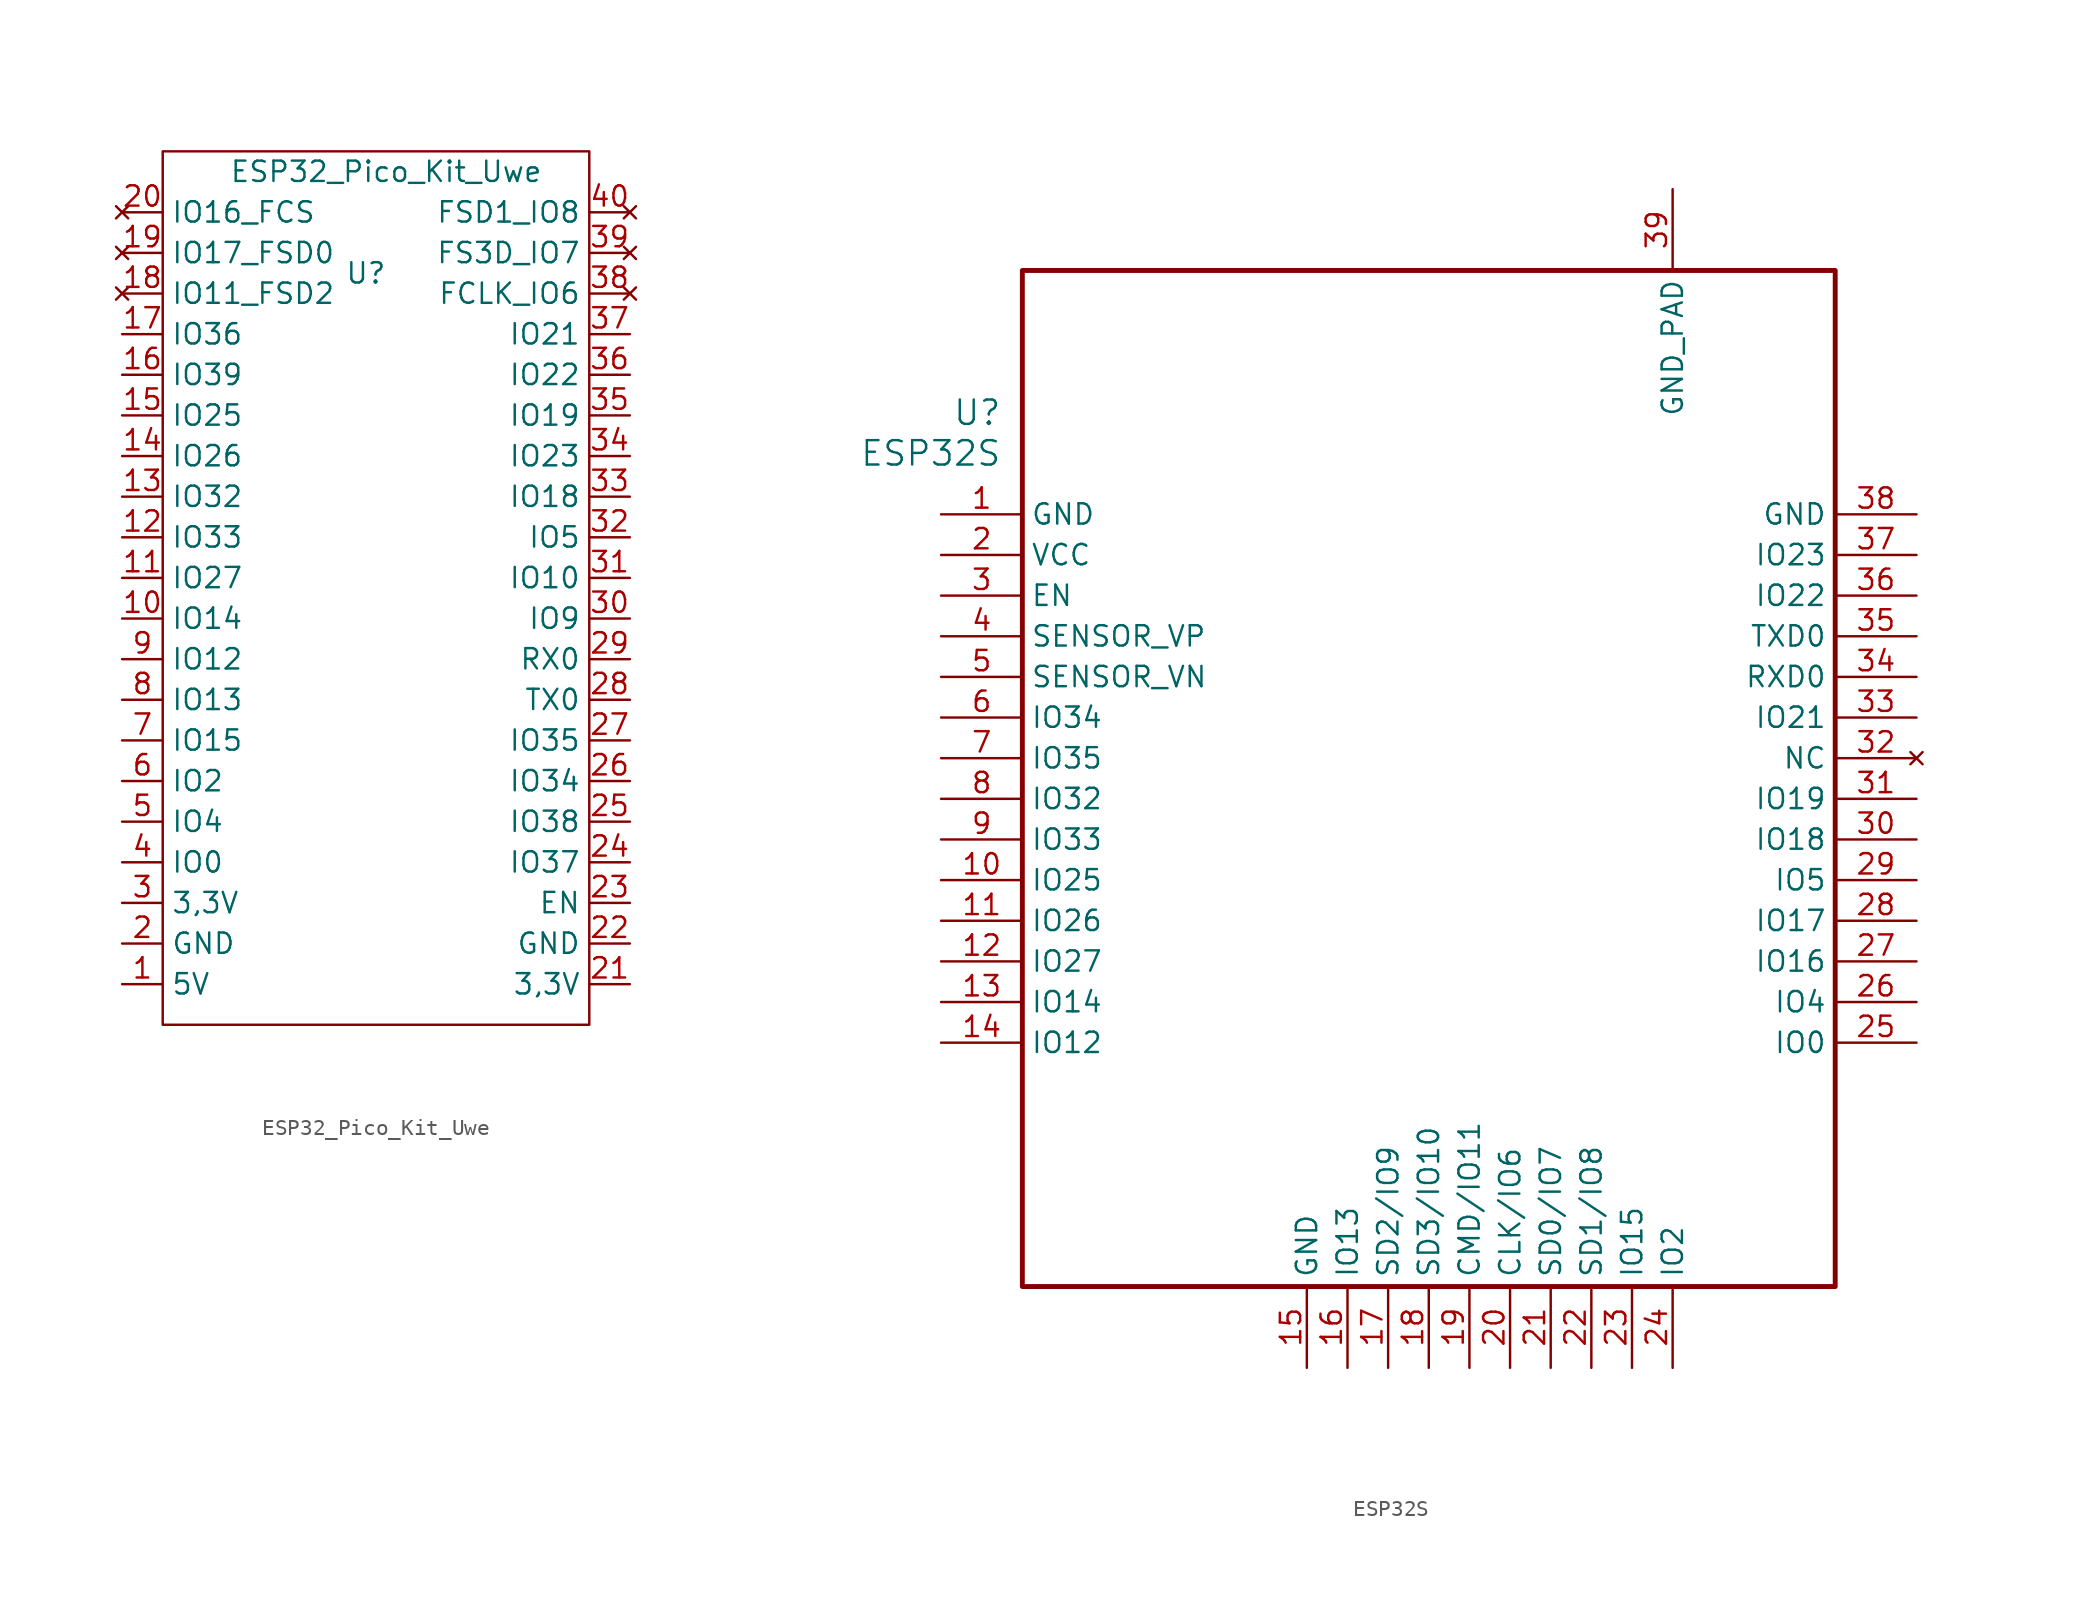
<source format=kicad_sym>
(kicad_symbol_lib
  (version 20220102)
  (generator kicad_symbol_editor)
  (symbol "ESP32_Pico_Kit_Uwe"
    (property "Reference" "U"
      (at -1.27 21.59 0)
      (effects (font (size 1.27 1.27))))
    (property "Value" "ESP32_Pico_Kit_Uwe"
      (at 0 27.94 0)
      (effects (font (size 1.27 1.27))))
    (symbol "ESP32_Pico_Kit_Uwe_0_1"
      (rectangle (start -13.97 29.21) (end 12.7 -25.4) (stroke (width 0) (type default)) (fill (type none))))
    (symbol "ESP32_Pico_Kit_Uwe_1_1"
      (pin input line (at -16.51 -22.86 0) (length 2.54) (name "5V" (effects (font (size 1.27 1.27)))) (number "1" (effects (font (size 1.27 1.27)))))
      (pin bidirectional line (at -16.51 0 0) (length 2.54) (name "IO14" (effects (font (size 1.27 1.27)))) (number "10" (effects (font (size 1.27 1.27)))))
      (pin bidirectional line (at -16.51 2.54 0) (length 2.54) (name "IO27" (effects (font (size 1.27 1.27)))) (number "11" (effects (font (size 1.27 1.27)))))
      (pin bidirectional line (at -16.51 5.08 0) (length 2.54) (name "IO33" (effects (font (size 1.27 1.27)))) (number "12" (effects (font (size 1.27 1.27)))))
      (pin bidirectional line (at -16.51 7.62 0) (length 2.54) (name "IO32" (effects (font (size 1.27 1.27)))) (number "13" (effects (font (size 1.27 1.27)))))
      (pin bidirectional line (at -16.51 10.16 0) (length 2.54) (name "IO26" (effects (font (size 1.27 1.27)))) (number "14" (effects (font (size 1.27 1.27)))))
      (pin bidirectional line (at -16.51 12.7 0) (length 2.54) (name "IO25" (effects (font (size 1.27 1.27)))) (number "15" (effects (font (size 1.27 1.27)))))
      (pin bidirectional line (at -16.51 15.24 0) (length 2.54) (name "IO39" (effects (font (size 1.27 1.27)))) (number "16" (effects (font (size 1.27 1.27)))))
      (pin bidirectional line (at -16.51 17.78 0) (length 2.54) (name "IO36" (effects (font (size 1.27 1.27)))) (number "17" (effects (font (size 1.27 1.27)))))
      (pin no_connect line (at -16.51 20.32 0) (length 2.54) (name "IO11_FSD2" (effects (font (size 1.27 1.27)))) (number "18" (effects (font (size 1.27 1.27)))))
      (pin no_connect line (at -16.51 22.86 0) (length 2.54) (name "IO17_FSD0" (effects (font (size 1.27 1.27)))) (number "19" (effects (font (size 1.27 1.27)))))
      (pin input line (at -16.51 -20.32 0) (length 2.54) (name "GND" (effects (font (size 1.27 1.27)))) (number "2" (effects (font (size 1.27 1.27)))))
      (pin no_connect line (at -16.51 25.4 0) (length 2.54) (name "IO16_FCS" (effects (font (size 1.27 1.27)))) (number "20" (effects (font (size 1.27 1.27)))))
      (pin output line (at 15.24 -22.86 180) (length 2.54) (name "3,3V" (effects (font (size 1.27 1.27)))) (number "21" (effects (font (size 1.27 1.27)))))
      (pin input line (at 15.24 -20.32 180) (length 2.54) (name "GND" (effects (font (size 1.27 1.27)))) (number "22" (effects (font (size 1.27 1.27)))))
      (pin input line (at 15.24 -17.78 180) (length 2.54) (name "EN" (effects (font (size 1.27 1.27)))) (number "23" (effects (font (size 1.27 1.27)))))
      (pin bidirectional line (at 15.24 -15.24 180) (length 2.54) (name "IO37" (effects (font (size 1.27 1.27)))) (number "24" (effects (font (size 1.27 1.27)))))
      (pin bidirectional line (at 15.24 -12.7 180) (length 2.54) (name "IO38" (effects (font (size 1.27 1.27)))) (number "25" (effects (font (size 1.27 1.27)))))
      (pin bidirectional line (at 15.24 -10.16 180) (length 2.54) (name "IO34" (effects (font (size 1.27 1.27)))) (number "26" (effects (font (size 1.27 1.27)))))
      (pin bidirectional line (at 15.24 -7.62 180) (length 2.54) (name "IO35" (effects (font (size 1.27 1.27)))) (number "27" (effects (font (size 1.27 1.27)))))
      (pin output line (at 15.24 -5.08 180) (length 2.54) (name "TX0" (effects (font (size 1.27 1.27)))) (number "28" (effects (font (size 1.27 1.27)))))
      (pin bidirectional line (at 15.24 -2.54 180) (length 2.54) (name "RX0" (effects (font (size 1.27 1.27)))) (number "29" (effects (font (size 1.27 1.27)))))
      (pin input line (at -16.51 -17.78 0) (length 2.54) (name "3,3V" (effects (font (size 1.27 1.27)))) (number "3" (effects (font (size 1.27 1.27)))))
      (pin bidirectional line (at 15.24 0 180) (length 2.54) (name "IO9" (effects (font (size 1.27 1.27)))) (number "30" (effects (font (size 1.27 1.27)))))
      (pin output line (at 15.24 2.54 180) (length 2.54) (name "IO10" (effects (font (size 1.27 1.27)))) (number "31" (effects (font (size 1.27 1.27)))))
      (pin bidirectional line (at 15.24 5.08 180) (length 2.54) (name "IO5" (effects (font (size 1.27 1.27)))) (number "32" (effects (font (size 1.27 1.27)))))
      (pin bidirectional line (at 15.24 7.62 180) (length 2.54) (name "IO18" (effects (font (size 1.27 1.27)))) (number "33" (effects (font (size 1.27 1.27)))))
      (pin bidirectional line (at 15.24 10.16 180) (length 2.54) (name "IO23" (effects (font (size 1.27 1.27)))) (number "34" (effects (font (size 1.27 1.27)))))
      (pin bidirectional line (at 15.24 12.7 180) (length 2.54) (name "IO19" (effects (font (size 1.27 1.27)))) (number "35" (effects (font (size 1.27 1.27)))))
      (pin bidirectional line (at 15.24 15.24 180) (length 2.54) (name "IO22" (effects (font (size 1.27 1.27)))) (number "36" (effects (font (size 1.27 1.27)))))
      (pin bidirectional line (at 15.24 17.78 180) (length 2.54) (name "IO21" (effects (font (size 1.27 1.27)))) (number "37" (effects (font (size 1.27 1.27)))))
      (pin no_connect line (at 15.24 20.32 180) (length 2.54) (name "FCLK_IO6" (effects (font (size 1.27 1.27)))) (number "38" (effects (font (size 1.27 1.27)))))
      (pin no_connect line (at 15.24 22.86 180) (length 2.54) (name "FS3D_IO7" (effects (font (size 1.27 1.27)))) (number "39" (effects (font (size 1.27 1.27)))))
      (pin bidirectional line (at -16.51 -15.24 0) (length 2.54) (name "IO0" (effects (font (size 1.27 1.27)))) (number "4" (effects (font (size 1.27 1.27)))))
      (pin no_connect line (at 15.24 25.4 180) (length 2.54) (name "FSD1_IO8" (effects (font (size 1.27 1.27)))) (number "40" (effects (font (size 1.27 1.27)))))
      (pin bidirectional line (at -16.51 -12.7 0) (length 2.54) (name "IO4" (effects (font (size 1.27 1.27)))) (number "5" (effects (font (size 1.27 1.27)))))
      (pin bidirectional line (at -16.51 -10.16 0) (length 2.54) (name "IO2" (effects (font (size 1.27 1.27)))) (number "6" (effects (font (size 1.27 1.27)))))
      (pin bidirectional line (at -16.51 -7.62 0) (length 2.54) (name "IO15" (effects (font (size 1.27 1.27)))) (number "7" (effects (font (size 1.27 1.27)))))
      (pin bidirectional line (at -16.51 -5.08 0) (length 2.54) (name "IO13" (effects (font (size 1.27 1.27)))) (number "8" (effects (font (size 1.27 1.27)))))
      (pin bidirectional line (at -16.51 -2.54 0) (length 2.54) (name "IO12" (effects (font (size 1.27 1.27)))) (number "9" (effects (font (size 1.27 1.27)))))))
  (symbol "ESP32S"
    (property "Reference" "U"
      (at 3.81 6.35 0)
      (effects (font (size 1.524 1.524)) (justify right)))
    (property "Value" "ESP32S"
      (at 3.81 3.81 0)
      (effects (font (size 1.524 1.524)) (justify right)))
    (property "ki_locked" ""
      (at 0 0 0)
      (effects (font (size 1.27 1.27))))
    (symbol "ESP32S_1_1"
      (rectangle (start 5.08 15.24) (end 55.88 -48.26) (stroke (width 0.305) (type default)) (fill (type none)))
      (pin power_in line (at 0 0 0) (length 5.08) (name "GND" (effects (font (size 1.27 1.27)))) (number "1" (effects (font (size 1.27 1.27)))))
      (pin bidirectional line (at 0 -22.86 0) (length 5.08) (name "IO25" (effects (font (size 1.27 1.27)))) (number "10" (effects (font (size 1.27 1.27)))))
      (pin input line (at 0 -25.4 0) (length 5.08) (name "IO26" (effects (font (size 1.27 1.27)))) (number "11" (effects (font (size 1.27 1.27)))))
      (pin bidirectional line (at 0 -27.94 0) (length 5.08) (name "IO27" (effects (font (size 1.27 1.27)))) (number "12" (effects (font (size 1.27 1.27)))))
      (pin bidirectional line (at 0 -30.48 0) (length 5.08) (name "IO14" (effects (font (size 1.27 1.27)))) (number "13" (effects (font (size 1.27 1.27)))))
      (pin bidirectional line (at 0 -33.02 0) (length 5.08) (name "IO12" (effects (font (size 1.27 1.27)))) (number "14" (effects (font (size 1.27 1.27)))))
      (pin power_in line (at 22.86 -53.34 90) (length 5.08) (name "GND" (effects (font (size 1.27 1.27)))) (number "15" (effects (font (size 1.27 1.27)))))
      (pin bidirectional line (at 25.4 -53.34 90) (length 5.08) (name "IO13" (effects (font (size 1.27 1.27)))) (number "16" (effects (font (size 1.27 1.27)))))
      (pin bidirectional line (at 27.94 -53.34 90) (length 5.08) (name "SD2/IO9" (effects (font (size 1.27 1.27)))) (number "17" (effects (font (size 1.27 1.27)))))
      (pin bidirectional line (at 30.48 -53.34 90) (length 5.08) (name "SD3/IO10" (effects (font (size 1.27 1.27)))) (number "18" (effects (font (size 1.27 1.27)))))
      (pin bidirectional line (at 33.02 -53.34 90) (length 5.08) (name "CMD/IO11" (effects (font (size 1.27 1.27)))) (number "19" (effects (font (size 1.27 1.27)))))
      (pin power_in line (at 0 -2.54 0) (length 5.08) (name "VCC" (effects (font (size 1.27 1.27)))) (number "2" (effects (font (size 1.27 1.27)))))
      (pin bidirectional line (at 35.56 -53.34 90) (length 5.08) (name "CLK/IO6" (effects (font (size 1.27 1.27)))) (number "20" (effects (font (size 1.27 1.27)))))
      (pin bidirectional line (at 38.1 -53.34 90) (length 5.08) (name "SD0/IO7" (effects (font (size 1.27 1.27)))) (number "21" (effects (font (size 1.27 1.27)))))
      (pin bidirectional line (at 40.64 -53.34 90) (length 5.08) (name "SD1/IO8" (effects (font (size 1.27 1.27)))) (number "22" (effects (font (size 1.27 1.27)))))
      (pin bidirectional line (at 43.18 -53.34 90) (length 5.08) (name "IO15" (effects (font (size 1.27 1.27)))) (number "23" (effects (font (size 1.27 1.27)))))
      (pin bidirectional line (at 45.72 -53.34 90) (length 5.08) (name "IO2" (effects (font (size 1.27 1.27)))) (number "24" (effects (font (size 1.27 1.27)))))
      (pin bidirectional line (at 60.96 -33.02 180) (length 5.08) (name "IO0" (effects (font (size 1.27 1.27)))) (number "25" (effects (font (size 1.27 1.27)))))
      (pin bidirectional line (at 60.96 -30.48 180) (length 5.08) (name "IO4" (effects (font (size 1.27 1.27)))) (number "26" (effects (font (size 1.27 1.27)))))
      (pin bidirectional line (at 60.96 -27.94 180) (length 5.08) (name "IO16" (effects (font (size 1.27 1.27)))) (number "27" (effects (font (size 1.27 1.27)))))
      (pin bidirectional line (at 60.96 -25.4 180) (length 5.08) (name "IO17" (effects (font (size 1.27 1.27)))) (number "28" (effects (font (size 1.27 1.27)))))
      (pin bidirectional line (at 60.96 -22.86 180) (length 5.08) (name "IO5" (effects (font (size 1.27 1.27)))) (number "29" (effects (font (size 1.27 1.27)))))
      (pin input line (at 0 -5.08 0) (length 5.08) (name "EN" (effects (font (size 1.27 1.27)))) (number "3" (effects (font (size 1.27 1.27)))))
      (pin bidirectional line (at 60.96 -20.32 180) (length 5.08) (name "IO18" (effects (font (size 1.27 1.27)))) (number "30" (effects (font (size 1.27 1.27)))))
      (pin bidirectional line (at 60.96 -17.78 180) (length 5.08) (name "IO19" (effects (font (size 1.27 1.27)))) (number "31" (effects (font (size 1.27 1.27)))))
      (pin no_connect line (at 60.96 -15.24 180) (length 5.08) (name "NC" (effects (font (size 1.27 1.27)))) (number "32" (effects (font (size 1.27 1.27)))))
      (pin bidirectional line (at 60.96 -12.7 180) (length 5.08) (name "IO21" (effects (font (size 1.27 1.27)))) (number "33" (effects (font (size 1.27 1.27)))))
      (pin bidirectional line (at 60.96 -10.16 180) (length 5.08) (name "RXD0" (effects (font (size 1.27 1.27)))) (number "34" (effects (font (size 1.27 1.27)))))
      (pin bidirectional line (at 60.96 -7.62 180) (length 5.08) (name "TXD0" (effects (font (size 1.27 1.27)))) (number "35" (effects (font (size 1.27 1.27)))))
      (pin bidirectional line (at 60.96 -5.08 180) (length 5.08) (name "IO22" (effects (font (size 1.27 1.27)))) (number "36" (effects (font (size 1.27 1.27)))))
      (pin bidirectional line (at 60.96 -2.54 180) (length 5.08) (name "IO23" (effects (font (size 1.27 1.27)))) (number "37" (effects (font (size 1.27 1.27)))))
      (pin power_in line (at 60.96 0 180) (length 5.08) (name "GND" (effects (font (size 1.27 1.27)))) (number "38" (effects (font (size 1.27 1.27)))))
      (pin power_in line (at 45.72 20.32 270) (length 5.08) (name "GND_PAD" (effects (font (size 1.27 1.27)))) (number "39" (effects (font (size 1.27 1.27)))))
      (pin input line (at 0 -7.62 0) (length 5.08) (name "SENSOR_VP" (effects (font (size 1.27 1.27)))) (number "4" (effects (font (size 1.27 1.27)))))
      (pin input line (at 0 -10.16 0) (length 5.08) (name "SENSOR_VN" (effects (font (size 1.27 1.27)))) (number "5" (effects (font (size 1.27 1.27)))))
      (pin bidirectional line (at 0 -12.7 0) (length 5.08) (name "IO34" (effects (font (size 1.27 1.27)))) (number "6" (effects (font (size 1.27 1.27)))))
      (pin bidirectional line (at 0 -15.24 0) (length 5.08) (name "IO35" (effects (font (size 1.27 1.27)))) (number "7" (effects (font (size 1.27 1.27)))))
      (pin bidirectional line (at 0 -17.78 0) (length 5.08) (name "IO32" (effects (font (size 1.27 1.27)))) (number "8" (effects (font (size 1.27 1.27)))))
      (pin bidirectional line (at 0 -20.32 0) (length 5.08) (name "IO33" (effects (font (size 1.27 1.27)))) (number "9" (effects (font (size 1.27 1.27))))))))
</source>
